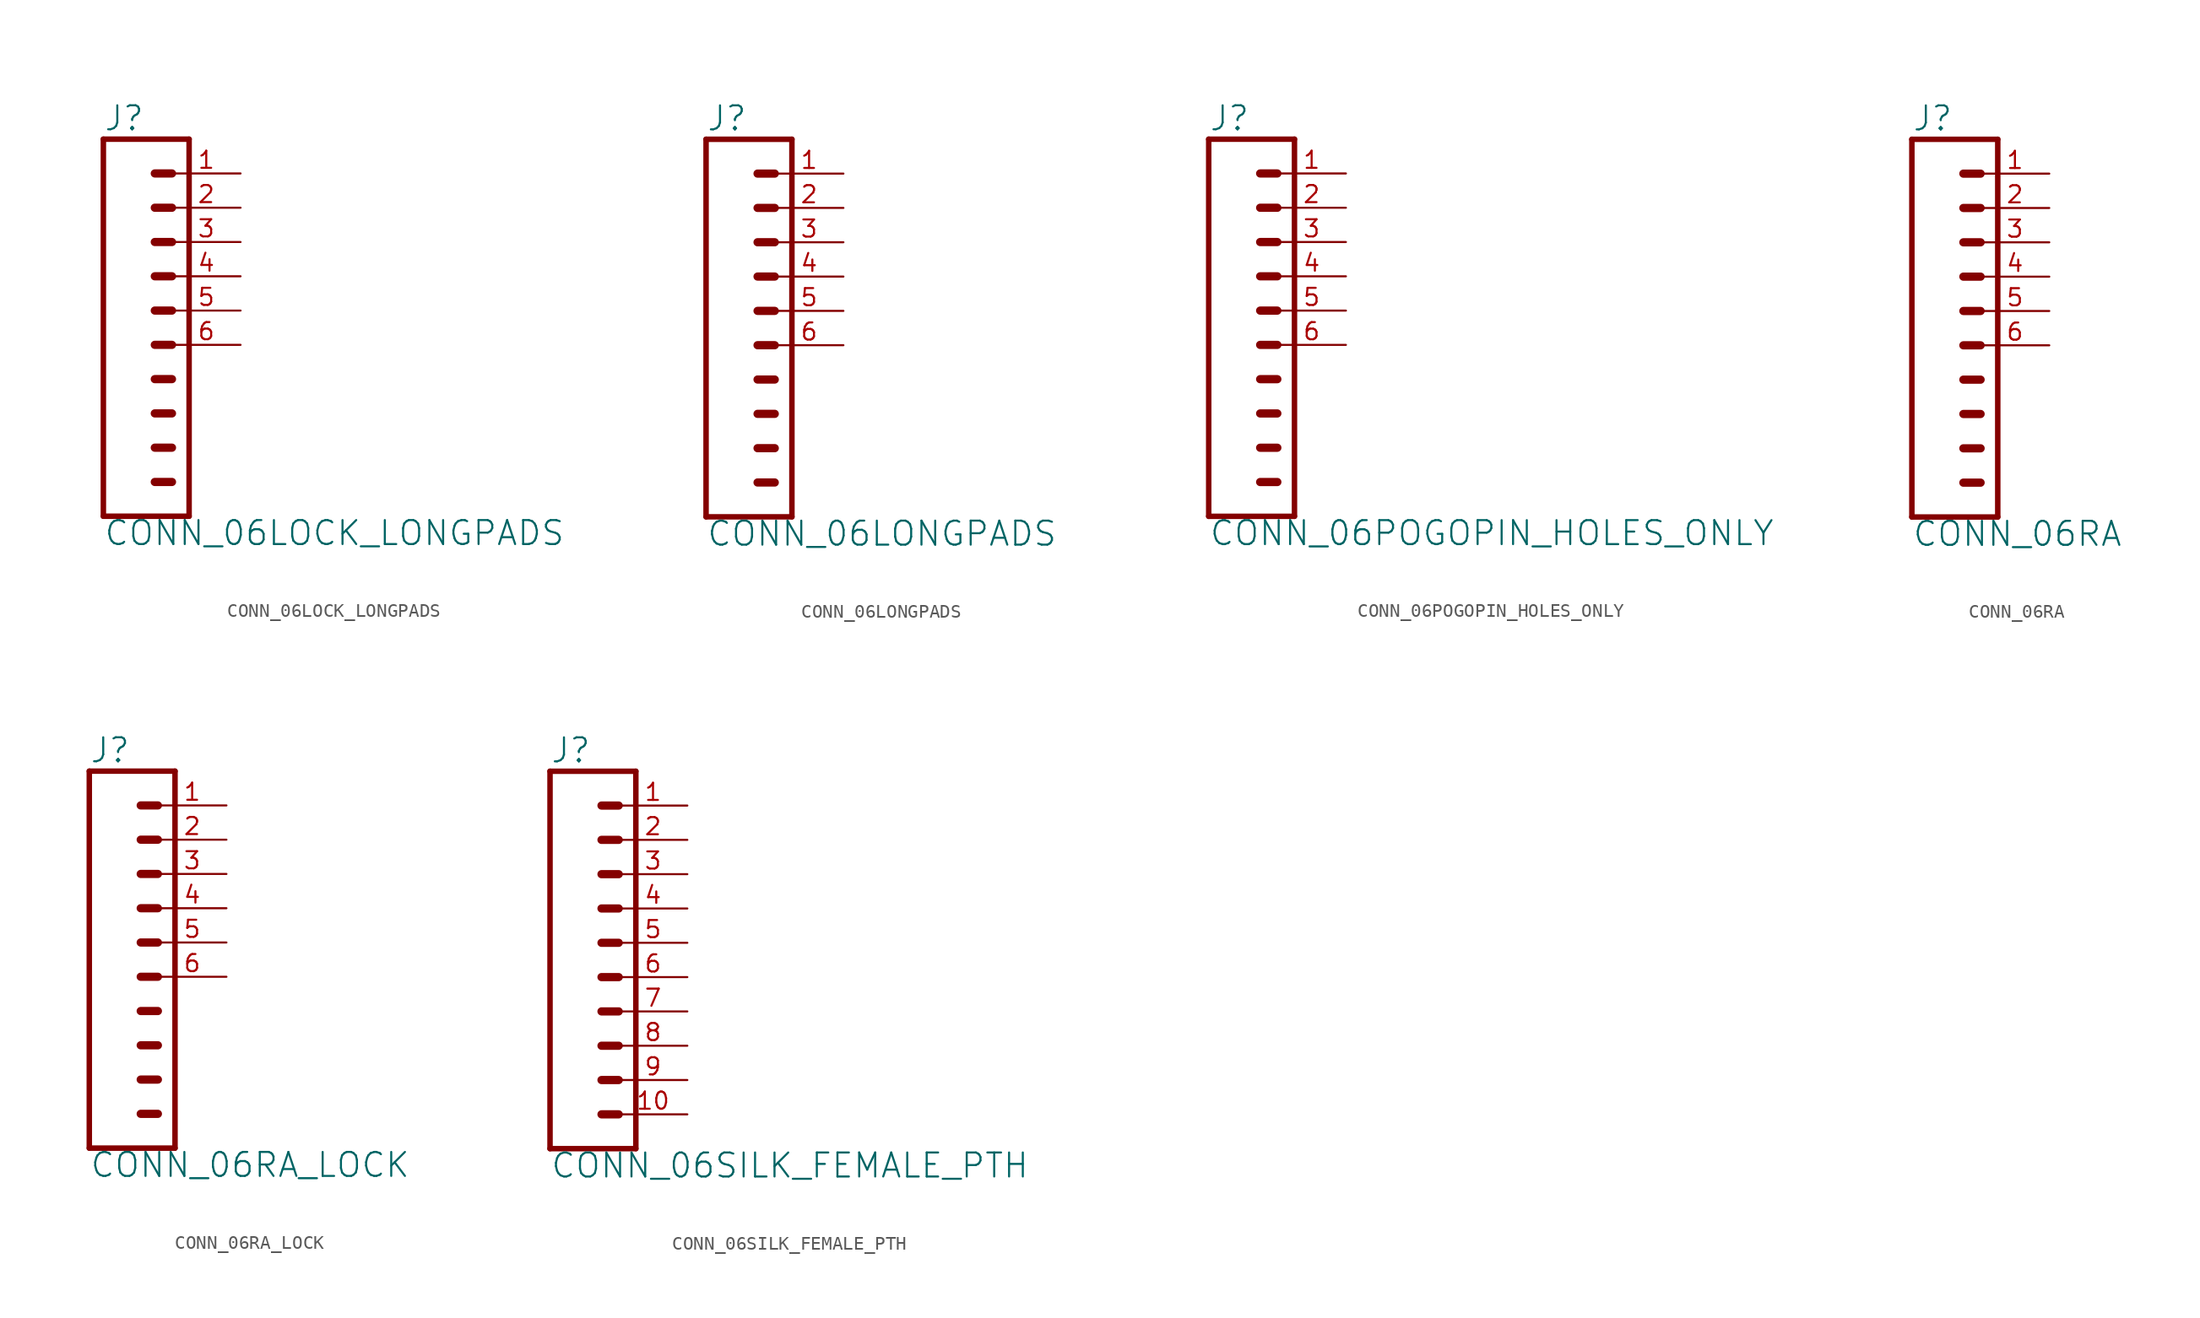
<source format=kicad_sym>
(kicad_symbol_lib
  (version 20211014)
  (generator kicad_symbol_editor)
  (symbol "CONN_06LOCK_LONGPADS"
    (property "Reference" "J"
      (at -2.54 15.748 0)
      (effects (font (size 1.778 1.778)) (justify left bottom)))
    (property "Value" "CONN_06LOCK_LONGPADS"
      (at -2.54 -14.986 0)
      (effects (font (size 1.778 1.778)) (justify left bottom)))
    (property "ki_locked" ""
      (at 0 0 0)
      (effects (font (size 1.27 1.27))))
    (symbol "CONN_06LOCK_LONGPADS_1_0"
      (polyline (pts (xy -2.54 15.24) (xy -2.54 -12.7)) (stroke (width 0.406) (type default) (color 0 0 0 0)) (fill (type none)))
      (polyline (pts (xy -2.54 15.24) (xy 3.81 15.24)) (stroke (width 0.406) (type default) (color 0 0 0 0)) (fill (type none)))
      (polyline (pts (xy 1.27 -10.16) (xy 2.54 -10.16)) (stroke (width 0.61) (type default) (color 0 0 0 0)) (fill (type none)))
      (polyline (pts (xy 1.27 -7.62) (xy 2.54 -7.62)) (stroke (width 0.61) (type default) (color 0 0 0 0)) (fill (type none)))
      (polyline (pts (xy 1.27 -5.08) (xy 2.54 -5.08)) (stroke (width 0.61) (type default) (color 0 0 0 0)) (fill (type none)))
      (polyline (pts (xy 1.27 -2.54) (xy 2.54 -2.54)) (stroke (width 0.61) (type default) (color 0 0 0 0)) (fill (type none)))
      (polyline (pts (xy 1.27 0) (xy 2.54 0)) (stroke (width 0.61) (type default) (color 0 0 0 0)) (fill (type none)))
      (polyline (pts (xy 1.27 2.54) (xy 2.54 2.54)) (stroke (width 0.61) (type default) (color 0 0 0 0)) (fill (type none)))
      (polyline (pts (xy 1.27 5.08) (xy 2.54 5.08)) (stroke (width 0.61) (type default) (color 0 0 0 0)) (fill (type none)))
      (polyline (pts (xy 1.27 7.62) (xy 2.54 7.62)) (stroke (width 0.61) (type default) (color 0 0 0 0)) (fill (type none)))
      (polyline (pts (xy 1.27 10.16) (xy 2.54 10.16)) (stroke (width 0.61) (type default) (color 0 0 0 0)) (fill (type none)))
      (polyline (pts (xy 1.27 12.7) (xy 2.54 12.7)) (stroke (width 0.61) (type default) (color 0 0 0 0)) (fill (type none)))
      (polyline (pts (xy 3.81 -12.7) (xy -2.54 -12.7)) (stroke (width 0.406) (type default) (color 0 0 0 0)) (fill (type none)))
      (polyline (pts (xy 3.81 -12.7) (xy 3.81 15.24)) (stroke (width 0.406) (type default) (color 0 0 0 0)) (fill (type none)))
      (pin passive line (at 7.62 12.7 180) (length 5.08) (name "1" (effects (font (size 0 0)))) (number "1" (effects (font (size 1.27 1.27)))))
      (pin passive line (at 7.62 10.16 180) (length 5.08) (name "2" (effects (font (size 0 0)))) (number "2" (effects (font (size 1.27 1.27)))))
      (pin passive line (at 7.62 7.62 180) (length 5.08) (name "3" (effects (font (size 0 0)))) (number "3" (effects (font (size 1.27 1.27)))))
      (pin passive line (at 7.62 5.08 180) (length 5.08) (name "4" (effects (font (size 0 0)))) (number "4" (effects (font (size 1.27 1.27)))))
      (pin passive line (at 7.62 2.54 180) (length 5.08) (name "5" (effects (font (size 0 0)))) (number "5" (effects (font (size 1.27 1.27)))))
      (pin passive line (at 7.62 0 180) (length 5.08) (name "6" (effects (font (size 0 0)))) (number "6" (effects (font (size 1.27 1.27)))))))
  (symbol "CONN_06LONGPADS"
    (property "Reference" "J"
      (at -2.54 15.748 0)
      (effects (font (size 1.778 1.778)) (justify left bottom)))
    (property "Value" "CONN_06LONGPADS"
      (at -2.54 -14.986 0)
      (effects (font (size 1.778 1.778)) (justify left bottom)))
    (property "ki_locked" ""
      (at 0 0 0)
      (effects (font (size 1.27 1.27))))
    (symbol "CONN_06LONGPADS_1_0"
      (polyline (pts (xy -2.54 15.24) (xy -2.54 -12.7)) (stroke (width 0.406) (type default) (color 0 0 0 0)) (fill (type none)))
      (polyline (pts (xy -2.54 15.24) (xy 3.81 15.24)) (stroke (width 0.406) (type default) (color 0 0 0 0)) (fill (type none)))
      (polyline (pts (xy 1.27 -10.16) (xy 2.54 -10.16)) (stroke (width 0.61) (type default) (color 0 0 0 0)) (fill (type none)))
      (polyline (pts (xy 1.27 -7.62) (xy 2.54 -7.62)) (stroke (width 0.61) (type default) (color 0 0 0 0)) (fill (type none)))
      (polyline (pts (xy 1.27 -5.08) (xy 2.54 -5.08)) (stroke (width 0.61) (type default) (color 0 0 0 0)) (fill (type none)))
      (polyline (pts (xy 1.27 -2.54) (xy 2.54 -2.54)) (stroke (width 0.61) (type default) (color 0 0 0 0)) (fill (type none)))
      (polyline (pts (xy 1.27 0) (xy 2.54 0)) (stroke (width 0.61) (type default) (color 0 0 0 0)) (fill (type none)))
      (polyline (pts (xy 1.27 2.54) (xy 2.54 2.54)) (stroke (width 0.61) (type default) (color 0 0 0 0)) (fill (type none)))
      (polyline (pts (xy 1.27 5.08) (xy 2.54 5.08)) (stroke (width 0.61) (type default) (color 0 0 0 0)) (fill (type none)))
      (polyline (pts (xy 1.27 7.62) (xy 2.54 7.62)) (stroke (width 0.61) (type default) (color 0 0 0 0)) (fill (type none)))
      (polyline (pts (xy 1.27 10.16) (xy 2.54 10.16)) (stroke (width 0.61) (type default) (color 0 0 0 0)) (fill (type none)))
      (polyline (pts (xy 1.27 12.7) (xy 2.54 12.7)) (stroke (width 0.61) (type default) (color 0 0 0 0)) (fill (type none)))
      (polyline (pts (xy 3.81 -12.7) (xy -2.54 -12.7)) (stroke (width 0.406) (type default) (color 0 0 0 0)) (fill (type none)))
      (polyline (pts (xy 3.81 -12.7) (xy 3.81 15.24)) (stroke (width 0.406) (type default) (color 0 0 0 0)) (fill (type none)))
      (pin passive line (at 7.62 12.7 180) (length 5.08) (name "1" (effects (font (size 0 0)))) (number "1" (effects (font (size 1.27 1.27)))))
      (pin passive line (at 7.62 10.16 180) (length 5.08) (name "2" (effects (font (size 0 0)))) (number "2" (effects (font (size 1.27 1.27)))))
      (pin passive line (at 7.62 7.62 180) (length 5.08) (name "3" (effects (font (size 0 0)))) (number "3" (effects (font (size 1.27 1.27)))))
      (pin passive line (at 7.62 5.08 180) (length 5.08) (name "4" (effects (font (size 0 0)))) (number "4" (effects (font (size 1.27 1.27)))))
      (pin passive line (at 7.62 2.54 180) (length 5.08) (name "5" (effects (font (size 0 0)))) (number "5" (effects (font (size 1.27 1.27)))))
      (pin passive line (at 7.62 0 180) (length 5.08) (name "6" (effects (font (size 0 0)))) (number "6" (effects (font (size 1.27 1.27)))))))
  (symbol "CONN_06POGOPIN_HOLES_ONLY"
    (property "Reference" "J"
      (at -2.54 15.748 0)
      (effects (font (size 1.778 1.778)) (justify left bottom)))
    (property "Value" "CONN_06POGOPIN_HOLES_ONLY"
      (at -2.54 -14.986 0)
      (effects (font (size 1.778 1.778)) (justify left bottom)))
    (property "ki_locked" ""
      (at 0 0 0)
      (effects (font (size 1.27 1.27))))
    (symbol "CONN_06POGOPIN_HOLES_ONLY_1_0"
      (polyline (pts (xy -2.54 15.24) (xy -2.54 -12.7)) (stroke (width 0.406) (type default) (color 0 0 0 0)) (fill (type none)))
      (polyline (pts (xy -2.54 15.24) (xy 3.81 15.24)) (stroke (width 0.406) (type default) (color 0 0 0 0)) (fill (type none)))
      (polyline (pts (xy 1.27 -10.16) (xy 2.54 -10.16)) (stroke (width 0.61) (type default) (color 0 0 0 0)) (fill (type none)))
      (polyline (pts (xy 1.27 -7.62) (xy 2.54 -7.62)) (stroke (width 0.61) (type default) (color 0 0 0 0)) (fill (type none)))
      (polyline (pts (xy 1.27 -5.08) (xy 2.54 -5.08)) (stroke (width 0.61) (type default) (color 0 0 0 0)) (fill (type none)))
      (polyline (pts (xy 1.27 -2.54) (xy 2.54 -2.54)) (stroke (width 0.61) (type default) (color 0 0 0 0)) (fill (type none)))
      (polyline (pts (xy 1.27 0) (xy 2.54 0)) (stroke (width 0.61) (type default) (color 0 0 0 0)) (fill (type none)))
      (polyline (pts (xy 1.27 2.54) (xy 2.54 2.54)) (stroke (width 0.61) (type default) (color 0 0 0 0)) (fill (type none)))
      (polyline (pts (xy 1.27 5.08) (xy 2.54 5.08)) (stroke (width 0.61) (type default) (color 0 0 0 0)) (fill (type none)))
      (polyline (pts (xy 1.27 7.62) (xy 2.54 7.62)) (stroke (width 0.61) (type default) (color 0 0 0 0)) (fill (type none)))
      (polyline (pts (xy 1.27 10.16) (xy 2.54 10.16)) (stroke (width 0.61) (type default) (color 0 0 0 0)) (fill (type none)))
      (polyline (pts (xy 1.27 12.7) (xy 2.54 12.7)) (stroke (width 0.61) (type default) (color 0 0 0 0)) (fill (type none)))
      (polyline (pts (xy 3.81 -12.7) (xy -2.54 -12.7)) (stroke (width 0.406) (type default) (color 0 0 0 0)) (fill (type none)))
      (polyline (pts (xy 3.81 -12.7) (xy 3.81 15.24)) (stroke (width 0.406) (type default) (color 0 0 0 0)) (fill (type none)))
      (pin passive line (at 7.62 12.7 180) (length 5.08) (name "1" (effects (font (size 0 0)))) (number "1" (effects (font (size 1.27 1.27)))))
      (pin passive line (at 7.62 10.16 180) (length 5.08) (name "2" (effects (font (size 0 0)))) (number "2" (effects (font (size 1.27 1.27)))))
      (pin passive line (at 7.62 7.62 180) (length 5.08) (name "3" (effects (font (size 0 0)))) (number "3" (effects (font (size 1.27 1.27)))))
      (pin passive line (at 7.62 5.08 180) (length 5.08) (name "4" (effects (font (size 0 0)))) (number "4" (effects (font (size 1.27 1.27)))))
      (pin passive line (at 7.62 2.54 180) (length 5.08) (name "5" (effects (font (size 0 0)))) (number "5" (effects (font (size 1.27 1.27)))))
      (pin passive line (at 7.62 0 180) (length 5.08) (name "6" (effects (font (size 0 0)))) (number "6" (effects (font (size 1.27 1.27)))))))
  (symbol "CONN_06RA"
    (property "Reference" "J"
      (at -2.54 15.748 0)
      (effects (font (size 1.778 1.778)) (justify left bottom)))
    (property "Value" "CONN_06RA"
      (at -2.54 -14.986 0)
      (effects (font (size 1.778 1.778)) (justify left bottom)))
    (property "ki_locked" ""
      (at 0 0 0)
      (effects (font (size 1.27 1.27))))
    (symbol "CONN_06RA_1_0"
      (polyline (pts (xy -2.54 15.24) (xy -2.54 -12.7)) (stroke (width 0.406) (type default) (color 0 0 0 0)) (fill (type none)))
      (polyline (pts (xy -2.54 15.24) (xy 3.81 15.24)) (stroke (width 0.406) (type default) (color 0 0 0 0)) (fill (type none)))
      (polyline (pts (xy 1.27 -10.16) (xy 2.54 -10.16)) (stroke (width 0.61) (type default) (color 0 0 0 0)) (fill (type none)))
      (polyline (pts (xy 1.27 -7.62) (xy 2.54 -7.62)) (stroke (width 0.61) (type default) (color 0 0 0 0)) (fill (type none)))
      (polyline (pts (xy 1.27 -5.08) (xy 2.54 -5.08)) (stroke (width 0.61) (type default) (color 0 0 0 0)) (fill (type none)))
      (polyline (pts (xy 1.27 -2.54) (xy 2.54 -2.54)) (stroke (width 0.61) (type default) (color 0 0 0 0)) (fill (type none)))
      (polyline (pts (xy 1.27 0) (xy 2.54 0)) (stroke (width 0.61) (type default) (color 0 0 0 0)) (fill (type none)))
      (polyline (pts (xy 1.27 2.54) (xy 2.54 2.54)) (stroke (width 0.61) (type default) (color 0 0 0 0)) (fill (type none)))
      (polyline (pts (xy 1.27 5.08) (xy 2.54 5.08)) (stroke (width 0.61) (type default) (color 0 0 0 0)) (fill (type none)))
      (polyline (pts (xy 1.27 7.62) (xy 2.54 7.62)) (stroke (width 0.61) (type default) (color 0 0 0 0)) (fill (type none)))
      (polyline (pts (xy 1.27 10.16) (xy 2.54 10.16)) (stroke (width 0.61) (type default) (color 0 0 0 0)) (fill (type none)))
      (polyline (pts (xy 1.27 12.7) (xy 2.54 12.7)) (stroke (width 0.61) (type default) (color 0 0 0 0)) (fill (type none)))
      (polyline (pts (xy 3.81 -12.7) (xy -2.54 -12.7)) (stroke (width 0.406) (type default) (color 0 0 0 0)) (fill (type none)))
      (polyline (pts (xy 3.81 -12.7) (xy 3.81 15.24)) (stroke (width 0.406) (type default) (color 0 0 0 0)) (fill (type none)))
      (pin passive line (at 7.62 12.7 180) (length 5.08) (name "1" (effects (font (size 0 0)))) (number "1" (effects (font (size 1.27 1.27)))))
      (pin passive line (at 7.62 10.16 180) (length 5.08) (name "2" (effects (font (size 0 0)))) (number "2" (effects (font (size 1.27 1.27)))))
      (pin passive line (at 7.62 7.62 180) (length 5.08) (name "3" (effects (font (size 0 0)))) (number "3" (effects (font (size 1.27 1.27)))))
      (pin passive line (at 7.62 5.08 180) (length 5.08) (name "4" (effects (font (size 0 0)))) (number "4" (effects (font (size 1.27 1.27)))))
      (pin passive line (at 7.62 2.54 180) (length 5.08) (name "5" (effects (font (size 0 0)))) (number "5" (effects (font (size 1.27 1.27)))))
      (pin passive line (at 7.62 0 180) (length 5.08) (name "6" (effects (font (size 0 0)))) (number "6" (effects (font (size 1.27 1.27)))))))
  (symbol "CONN_06RA_LOCK"
    (property "Reference" "J"
      (at -2.54 15.748 0)
      (effects (font (size 1.778 1.778)) (justify left bottom)))
    (property "Value" "CONN_06RA_LOCK"
      (at -2.54 -14.986 0)
      (effects (font (size 1.778 1.778)) (justify left bottom)))
    (property "ki_locked" ""
      (at 0 0 0)
      (effects (font (size 1.27 1.27))))
    (symbol "CONN_06RA_LOCK_1_0"
      (polyline (pts (xy -2.54 15.24) (xy -2.54 -12.7)) (stroke (width 0.406) (type default) (color 0 0 0 0)) (fill (type none)))
      (polyline (pts (xy -2.54 15.24) (xy 3.81 15.24)) (stroke (width 0.406) (type default) (color 0 0 0 0)) (fill (type none)))
      (polyline (pts (xy 1.27 -10.16) (xy 2.54 -10.16)) (stroke (width 0.61) (type default) (color 0 0 0 0)) (fill (type none)))
      (polyline (pts (xy 1.27 -7.62) (xy 2.54 -7.62)) (stroke (width 0.61) (type default) (color 0 0 0 0)) (fill (type none)))
      (polyline (pts (xy 1.27 -5.08) (xy 2.54 -5.08)) (stroke (width 0.61) (type default) (color 0 0 0 0)) (fill (type none)))
      (polyline (pts (xy 1.27 -2.54) (xy 2.54 -2.54)) (stroke (width 0.61) (type default) (color 0 0 0 0)) (fill (type none)))
      (polyline (pts (xy 1.27 0) (xy 2.54 0)) (stroke (width 0.61) (type default) (color 0 0 0 0)) (fill (type none)))
      (polyline (pts (xy 1.27 2.54) (xy 2.54 2.54)) (stroke (width 0.61) (type default) (color 0 0 0 0)) (fill (type none)))
      (polyline (pts (xy 1.27 5.08) (xy 2.54 5.08)) (stroke (width 0.61) (type default) (color 0 0 0 0)) (fill (type none)))
      (polyline (pts (xy 1.27 7.62) (xy 2.54 7.62)) (stroke (width 0.61) (type default) (color 0 0 0 0)) (fill (type none)))
      (polyline (pts (xy 1.27 10.16) (xy 2.54 10.16)) (stroke (width 0.61) (type default) (color 0 0 0 0)) (fill (type none)))
      (polyline (pts (xy 1.27 12.7) (xy 2.54 12.7)) (stroke (width 0.61) (type default) (color 0 0 0 0)) (fill (type none)))
      (polyline (pts (xy 3.81 -12.7) (xy -2.54 -12.7)) (stroke (width 0.406) (type default) (color 0 0 0 0)) (fill (type none)))
      (polyline (pts (xy 3.81 -12.7) (xy 3.81 15.24)) (stroke (width 0.406) (type default) (color 0 0 0 0)) (fill (type none)))
      (pin passive line (at 7.62 12.7 180) (length 5.08) (name "1" (effects (font (size 0 0)))) (number "1" (effects (font (size 1.27 1.27)))))
      (pin passive line (at 7.62 10.16 180) (length 5.08) (name "2" (effects (font (size 0 0)))) (number "2" (effects (font (size 1.27 1.27)))))
      (pin passive line (at 7.62 7.62 180) (length 5.08) (name "3" (effects (font (size 0 0)))) (number "3" (effects (font (size 1.27 1.27)))))
      (pin passive line (at 7.62 5.08 180) (length 5.08) (name "4" (effects (font (size 0 0)))) (number "4" (effects (font (size 1.27 1.27)))))
      (pin passive line (at 7.62 2.54 180) (length 5.08) (name "5" (effects (font (size 0 0)))) (number "5" (effects (font (size 1.27 1.27)))))
      (pin passive line (at 7.62 0 180) (length 5.08) (name "6" (effects (font (size 0 0)))) (number "6" (effects (font (size 1.27 1.27)))))))
  (symbol "CONN_06SILK_FEMALE_PTH"
    (property "Reference" "J"
      (at -2.54 15.748 0)
      (effects (font (size 1.778 1.778)) (justify left bottom)))
    (property "Value" "CONN_06SILK_FEMALE_PTH"
      (at -2.54 -14.986 0)
      (effects (font (size 1.778 1.778)) (justify left bottom)))
    (property "ki_locked" ""
      (at 0 0 0)
      (effects (font (size 1.27 1.27))))
    (symbol "CONN_06SILK_FEMALE_PTH_1_0"
      (polyline (pts (xy -2.54 15.24) (xy -2.54 -12.7)) (stroke (width 0.406) (type default) (color 0 0 0 0)) (fill (type none)))
      (polyline (pts (xy -2.54 15.24) (xy 3.81 15.24)) (stroke (width 0.406) (type default) (color 0 0 0 0)) (fill (type none)))
      (polyline (pts (xy 1.27 -10.16) (xy 2.54 -10.16)) (stroke (width 0.61) (type default) (color 0 0 0 0)) (fill (type none)))
      (polyline (pts (xy 1.27 -7.62) (xy 2.54 -7.62)) (stroke (width 0.61) (type default) (color 0 0 0 0)) (fill (type none)))
      (polyline (pts (xy 1.27 -5.08) (xy 2.54 -5.08)) (stroke (width 0.61) (type default) (color 0 0 0 0)) (fill (type none)))
      (polyline (pts (xy 1.27 -2.54) (xy 2.54 -2.54)) (stroke (width 0.61) (type default) (color 0 0 0 0)) (fill (type none)))
      (polyline (pts (xy 1.27 0) (xy 2.54 0)) (stroke (width 0.61) (type default) (color 0 0 0 0)) (fill (type none)))
      (polyline (pts (xy 1.27 2.54) (xy 2.54 2.54)) (stroke (width 0.61) (type default) (color 0 0 0 0)) (fill (type none)))
      (polyline (pts (xy 1.27 5.08) (xy 2.54 5.08)) (stroke (width 0.61) (type default) (color 0 0 0 0)) (fill (type none)))
      (polyline (pts (xy 1.27 7.62) (xy 2.54 7.62)) (stroke (width 0.61) (type default) (color 0 0 0 0)) (fill (type none)))
      (polyline (pts (xy 1.27 10.16) (xy 2.54 10.16)) (stroke (width 0.61) (type default) (color 0 0 0 0)) (fill (type none)))
      (polyline (pts (xy 1.27 12.7) (xy 2.54 12.7)) (stroke (width 0.61) (type default) (color 0 0 0 0)) (fill (type none)))
      (polyline (pts (xy 3.81 -12.7) (xy -2.54 -12.7)) (stroke (width 0.406) (type default) (color 0 0 0 0)) (fill (type none)))
      (polyline (pts (xy 3.81 -12.7) (xy 3.81 15.24)) (stroke (width 0.406) (type default) (color 0 0 0 0)) (fill (type none)))
      (pin passive line (at 7.62 12.7 180) (length 5.08) (name "1" (effects (font (size 0 0)))) (number "1" (effects (font (size 1.27 1.27)))))
      (pin passive line (at 7.62 -10.16 180) (length 5.08) (name "10" (effects (font (size 0 0)))) (number "10" (effects (font (size 1.27 1.27)))))
      (pin passive line (at 7.62 10.16 180) (length 5.08) (name "2" (effects (font (size 0 0)))) (number "2" (effects (font (size 1.27 1.27)))))
      (pin passive line (at 7.62 7.62 180) (length 5.08) (name "3" (effects (font (size 0 0)))) (number "3" (effects (font (size 1.27 1.27)))))
      (pin passive line (at 7.62 5.08 180) (length 5.08) (name "4" (effects (font (size 0 0)))) (number "4" (effects (font (size 1.27 1.27)))))
      (pin passive line (at 7.62 2.54 180) (length 5.08) (name "5" (effects (font (size 0 0)))) (number "5" (effects (font (size 1.27 1.27)))))
      (pin passive line (at 7.62 0 180) (length 5.08) (name "6" (effects (font (size 0 0)))) (number "6" (effects (font (size 1.27 1.27)))))
      (pin passive line (at 7.62 -2.54 180) (length 5.08) (name "7" (effects (font (size 0 0)))) (number "7" (effects (font (size 1.27 1.27)))))
      (pin passive line (at 7.62 -5.08 180) (length 5.08) (name "8" (effects (font (size 0 0)))) (number "8" (effects (font (size 1.27 1.27)))))
      (pin passive line (at 7.62 -7.62 180) (length 5.08) (name "9" (effects (font (size 0 0)))) (number "9" (effects (font (size 1.27 1.27))))))))
</source>
